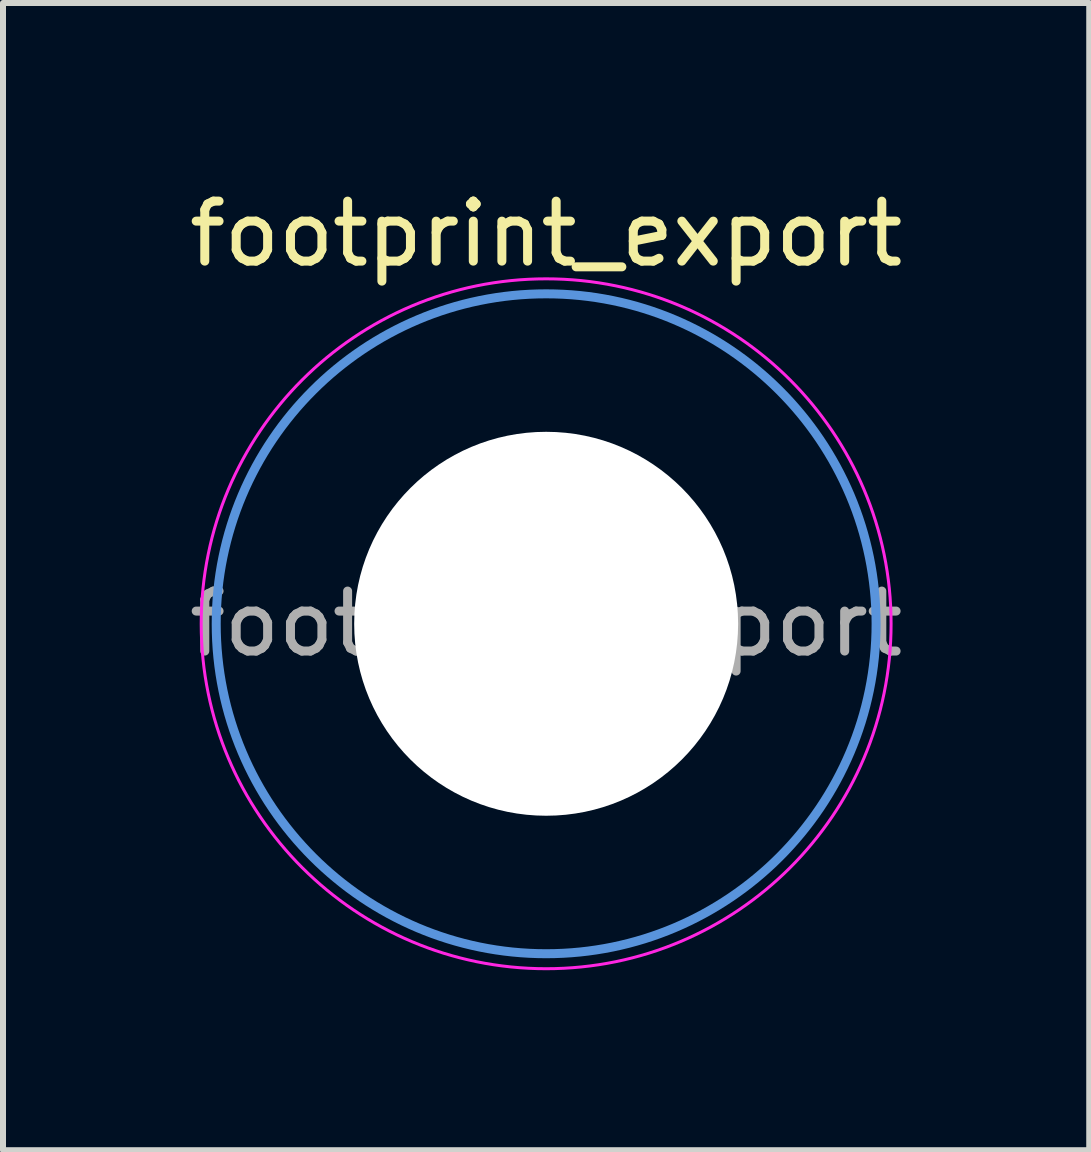
<source format=kicad_pcb>
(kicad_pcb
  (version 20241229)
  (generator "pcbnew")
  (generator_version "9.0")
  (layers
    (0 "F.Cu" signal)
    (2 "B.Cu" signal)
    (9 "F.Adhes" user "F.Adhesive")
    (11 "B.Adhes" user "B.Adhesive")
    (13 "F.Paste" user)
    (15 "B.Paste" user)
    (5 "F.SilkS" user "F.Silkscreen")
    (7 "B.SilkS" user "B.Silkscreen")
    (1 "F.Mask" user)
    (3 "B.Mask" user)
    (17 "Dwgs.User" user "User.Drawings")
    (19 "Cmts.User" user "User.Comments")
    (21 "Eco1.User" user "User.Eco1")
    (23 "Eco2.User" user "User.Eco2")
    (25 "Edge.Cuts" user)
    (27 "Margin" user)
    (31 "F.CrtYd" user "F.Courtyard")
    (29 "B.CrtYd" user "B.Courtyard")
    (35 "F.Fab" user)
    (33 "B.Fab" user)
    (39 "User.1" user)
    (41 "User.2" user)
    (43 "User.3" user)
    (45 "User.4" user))
  (footprint "footprint_export"
    (layer "F.Cu")
    (at 6.054 7.348)
    (property "Reference" "footprint_export" (at 0 -6.5 0) (layer "F.SilkS") (effects (font (size 1 1) (thickness 0.15))))
    (attr exclude_from_pos_files exclude_from_bom)
    (fp_circle (center 0 0) (end 5.5 0) (stroke (width 0.15) (type solid)) (fill no) (layer "Cmts.User"))
    (fp_circle (center 0 0) (end 5.75 0) (stroke (width 0.05) (type solid)) (fill no) (layer "F.CrtYd"))
    (fp_text user "${REFERENCE}" (at 0 0 0) (layer "F.Fab") (effects (font (size 1 1) (thickness 0.15))))
    (pad "" np_thru_hole circle (at 0 0) (size 6.4 6.4) (drill 6.4) (layers "*.Cu" "*.Mask")))
  (gr_rect
    (start -3 -3)
    (end 15.107 16.123)
    (stroke (width 0.1) (type default))
    (fill no)
    (layer "Edge.Cuts")))
</source>
